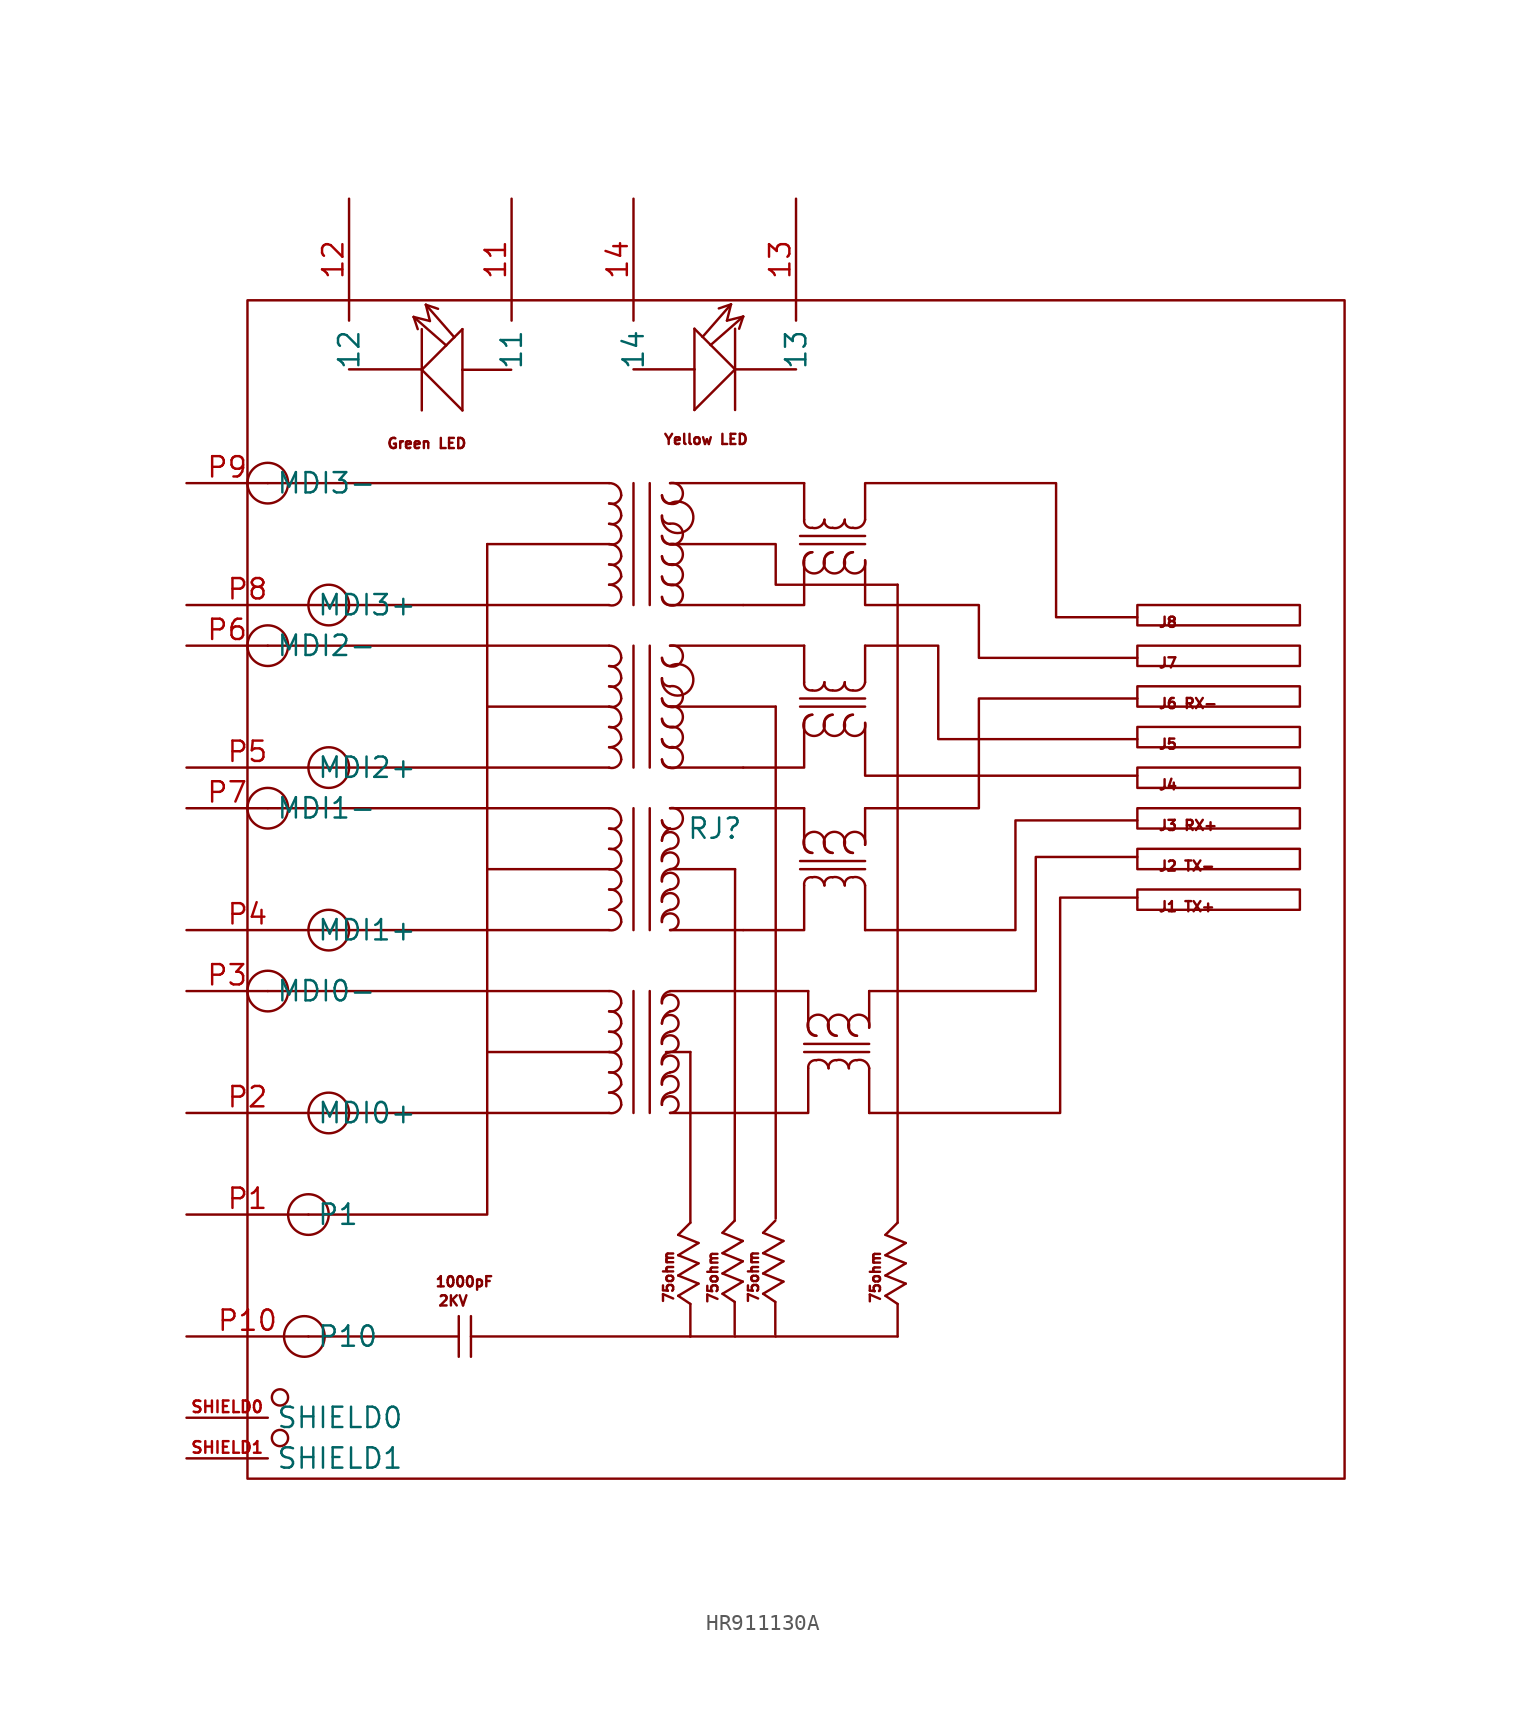
<source format=kicad_sym>
(kicad_symbol_lib
  (version 20231120)
  (generator "kicad_symbol_editor")
  (generator_version "8.0")
  (symbol "HR911130A"
    (property "Reference" "RJ"
      (at 0 0 0)
      (effects (font (size 1.27 1.27))))
    (property "Value" ""
      (at 0 0 0)
      (effects (font (size 1.27 1.27))))
    (symbol "HR911130A_1_0"
      (rectangle (start -29.21 -40.64) (end 39.37 33.02) (stroke (width 0) (type default)) (fill (type none)))
      (circle (center -27.94 -10.16) (radius 1.27) (stroke (width 0) (type default)) (fill (type none)))
      (circle (center -27.94 1.27) (radius 1.27) (stroke (width 0) (type default)) (fill (type none)))
      (circle (center -27.94 11.43) (radius 1.27) (stroke (width 0) (type default)) (fill (type none)))
      (circle (center -27.94 21.59) (radius 1.27) (stroke (width 0) (type default)) (fill (type none)))
      (circle (center -27.178 -38.1) (radius 0.508) (stroke (width 0) (type default)) (fill (type none)))
      (circle (center -27.178 -35.56) (radius 0.508) (stroke (width 0) (type default)) (fill (type none)))
      (circle (center -25.654 -31.75) (radius 1.27) (stroke (width 0) (type default)) (fill (type none)))
      (circle (center -25.4 -24.13) (radius 1.27) (stroke (width 0) (type default)) (fill (type none)))
      (circle (center -24.13 -17.78) (radius 1.27) (stroke (width 0) (type default)) (fill (type none)))
      (circle (center -24.13 -6.35) (radius 1.27) (stroke (width 0) (type default)) (fill (type none)))
      (circle (center -24.13 3.81) (radius 1.27) (stroke (width 0) (type default)) (fill (type none)))
      (circle (center -24.13 13.97) (radius 1.27) (stroke (width 0) (type default)) (fill (type none)))
      (arc (start -6.604 -17.78) (mid -6.1133 -17.6905) (end -5.842 -17.272) (stroke (width 0) (type default)) (fill (type none)))
      (arc (start -6.604 -16.51) (mid -6.1526 -16.3616) (end -5.842 -16.002) (stroke (width 0) (type default)) (fill (type none)))
      (arc (start -6.604 -15.24) (mid -6.1133 -15.1505) (end -5.842 -14.732) (stroke (width 0) (type default)) (fill (type none)))
      (arc (start -6.604 -13.97) (mid -6.1133 -13.8805) (end -5.842 -13.462) (stroke (width 0) (type default)) (fill (type none)))
      (arc (start -6.604 -12.7) (mid -6.1133 -12.6105) (end -5.842 -12.192) (stroke (width 0) (type default)) (fill (type none)))
      (arc (start -6.604 -11.43) (mid -6.1133 -11.3405) (end -5.842 -10.922) (stroke (width 0) (type default)) (fill (type none)))
      (arc (start -6.604 -6.35) (mid -6.1133 -6.2605) (end -5.842 -5.842) (stroke (width 0) (type default)) (fill (type none)))
      (arc (start -6.604 -5.08) (mid -6.1526 -4.9316) (end -5.842 -4.572) (stroke (width 0) (type default)) (fill (type none)))
      (arc (start -6.604 -3.81) (mid -6.1133 -3.7205) (end -5.842 -3.302) (stroke (width 0) (type default)) (fill (type none)))
      (arc (start -6.604 -2.54) (mid -6.1133 -2.4505) (end -5.842 -2.032) (stroke (width 0) (type default)) (fill (type none)))
      (arc (start -6.604 -1.27) (mid -6.1133 -1.1805) (end -5.842 -0.762) (stroke (width 0) (type default)) (fill (type none)))
      (arc (start -6.604 0) (mid -6.1018 0.0722) (end -5.842 0.508) (stroke (width 0) (type default)) (fill (type none)))
      (arc (start -6.604 3.81) (mid -6.1018 3.8822) (end -5.842 4.318) (stroke (width 0) (type default)) (fill (type none)))
      (arc (start -6.604 5.08) (mid -6.1409 5.2109) (end -5.842 5.588) (stroke (width 0) (type default)) (fill (type none)))
      (arc (start -6.604 6.35) (mid -6.1018 6.4222) (end -5.842 6.858) (stroke (width 0) (type default)) (fill (type none)))
      (arc (start -6.604 7.62) (mid -6.1018 7.6922) (end -5.842 8.128) (stroke (width 0) (type default)) (fill (type none)))
      (arc (start -6.604 8.89) (mid -6.1018 8.9622) (end -5.842 9.398) (stroke (width 0) (type default)) (fill (type none)))
      (arc (start -6.604 10.16) (mid -6.1018 10.2322) (end -5.842 10.668) (stroke (width 0) (type default)) (fill (type none)))
      (arc (start -6.604 13.97) (mid -6.1018 14.0422) (end -5.842 14.478) (stroke (width 0) (type default)) (fill (type none)))
      (arc (start -6.604 15.24) (mid -6.1409 15.3709) (end -5.842 15.748) (stroke (width 0) (type default)) (fill (type none)))
      (arc (start -6.604 16.51) (mid -6.1018 16.5822) (end -5.842 17.018) (stroke (width 0) (type default)) (fill (type none)))
      (arc (start -6.604 17.78) (mid -6.1018 17.8522) (end -5.842 18.288) (stroke (width 0) (type default)) (fill (type none)))
      (arc (start -6.604 19.05) (mid -6.1018 19.1222) (end -5.842 19.558) (stroke (width 0) (type default)) (fill (type none)))
      (arc (start -6.604 20.32) (mid -6.1018 20.3922) (end -5.842 20.828) (stroke (width 0) (type default)) (fill (type none)))
      (arc (start -5.842 -17.272) (mid -6.0452 -16.7132) (end -6.604 -16.51) (stroke (width 0) (type default)) (fill (type none)))
      (arc (start -5.842 -16.002) (mid -6.0452 -15.4432) (end -6.604 -15.24) (stroke (width 0) (type default)) (fill (type none)))
      (arc (start -5.842 -14.732) (mid -6.0452 -14.1732) (end -6.604 -13.97) (stroke (width 0) (type default)) (fill (type none)))
      (arc (start -5.842 -13.462) (mid -6.0452 -12.9032) (end -6.604 -12.7) (stroke (width 0) (type default)) (fill (type none)))
      (arc (start -5.842 -12.192) (mid -6.0452 -11.6332) (end -6.604 -11.43) (stroke (width 0) (type default)) (fill (type none)))
      (arc (start -5.842 -10.922) (mid -6.0452 -10.3632) (end -6.604 -10.16) (stroke (width 0) (type default)) (fill (type none)))
      (arc (start -5.842 -5.842) (mid -6.0452 -5.2832) (end -6.604 -5.08) (stroke (width 0) (type default)) (fill (type none)))
      (arc (start -5.842 -4.572) (mid -6.0452 -4.0132) (end -6.604 -3.81) (stroke (width 0) (type default)) (fill (type none)))
      (arc (start -5.842 -3.302) (mid -6.0452 -2.7432) (end -6.604 -2.54) (stroke (width 0) (type default)) (fill (type none)))
      (arc (start -5.842 -2.032) (mid -6.0452 -1.4732) (end -6.604 -1.27) (stroke (width 0) (type default)) (fill (type none)))
      (arc (start -5.842 -0.762) (mid -6.0452 -0.2032) (end -6.604 0) (stroke (width 0) (type default)) (fill (type none)))
      (arc (start -5.842 0.508) (mid -6.0578 1.0542) (end -6.604 1.27) (stroke (width 0) (type default)) (fill (type none)))
      (arc (start -5.842 4.318) (mid -6.0578 4.8642) (end -6.604 5.08) (stroke (width 0) (type default)) (fill (type none)))
      (arc (start -5.842 5.588) (mid -6.0578 6.1342) (end -6.604 6.35) (stroke (width 0) (type default)) (fill (type none)))
      (arc (start -5.842 6.858) (mid -6.0578 7.4042) (end -6.604 7.62) (stroke (width 0) (type default)) (fill (type none)))
      (arc (start -5.842 8.128) (mid -6.0578 8.6742) (end -6.604 8.89) (stroke (width 0) (type default)) (fill (type none)))
      (arc (start -5.842 9.398) (mid -6.0578 9.9442) (end -6.604 10.16) (stroke (width 0) (type default)) (fill (type none)))
      (arc (start -5.842 10.668) (mid -6.0578 11.2142) (end -6.604 11.43) (stroke (width 0) (type default)) (fill (type none)))
      (arc (start -5.842 14.478) (mid -6.0578 15.0242) (end -6.604 15.24) (stroke (width 0) (type default)) (fill (type none)))
      (arc (start -5.842 15.748) (mid -6.0578 16.2942) (end -6.604 16.51) (stroke (width 0) (type default)) (fill (type none)))
      (arc (start -5.842 17.018) (mid -6.0578 17.5642) (end -6.604 17.78) (stroke (width 0) (type default)) (fill (type none)))
      (arc (start -5.842 18.288) (mid -6.0578 18.8342) (end -6.604 19.05) (stroke (width 0) (type default)) (fill (type none)))
      (arc (start -5.842 19.558) (mid -6.0578 20.1042) (end -6.604 20.32) (stroke (width 0) (type default)) (fill (type none)))
      (arc (start -5.842 20.828) (mid -6.0578 21.3742) (end -6.604 21.59) (stroke (width 0) (type default)) (fill (type none)))
      (arc (start -3.302 0.508) (mid -3.1626 0.1394) (end -2.794 0) (stroke (width 0) (type default)) (fill (type none)))
      (arc (start -3.302 0.508) (mid -2.0954 0.254) (end -2.794 1.27) (stroke (width 0) (type default)) (fill (type none)))
      (arc (start -3.302 4.318) (mid -3.1626 3.9494) (end -2.794 3.81) (stroke (width 0) (type default)) (fill (type none)))
      (arc (start -3.302 4.318) (mid -2.0954 4.064) (end -2.794 5.08) (stroke (width 0) (type default)) (fill (type none)))
      (arc (start -3.302 5.588) (mid -3.1626 5.2194) (end -2.794 5.08) (stroke (width 0) (type default)) (fill (type none)))
      (arc (start -3.302 5.588) (mid -2.0954 5.334) (end -2.794 6.35) (stroke (width 0) (type default)) (fill (type none)))
      (arc (start -3.302 6.858) (mid -3.1626 6.4894) (end -2.794 6.35) (stroke (width 0) (type default)) (fill (type none)))
      (arc (start -3.302 6.858) (mid -2.0954 6.604) (end -2.794 7.62) (stroke (width 0) (type default)) (fill (type none)))
      (arc (start -3.302 8.128) (mid -3.1626 7.7594) (end -2.794 7.62) (stroke (width 0) (type default)) (fill (type none)))
      (arc (start -3.302 8.128) (mid -2.0954 7.874) (end -2.794 8.89) (stroke (width 0) (type default)) (fill (type none)))
      (arc (start -3.302 9.398) (mid -3.1626 9.0294) (end -2.794 8.89) (stroke (width 0) (type default)) (fill (type none)))
      (arc (start -3.302 9.398) (mid -1.5015 8.748) (end -2.794 10.16) (stroke (width 0) (type default)) (fill (type none)))
      (arc (start -3.302 10.668) (mid -3.1626 10.2994) (end -2.794 10.16) (stroke (width 0) (type default)) (fill (type none)))
      (arc (start -3.302 10.668) (mid -2.0954 10.414) (end -2.794 11.43) (stroke (width 0) (type default)) (fill (type none)))
      (arc (start -3.302 14.478) (mid -3.1626 14.1094) (end -2.794 13.97) (stroke (width 0) (type default)) (fill (type none)))
      (arc (start -3.302 14.478) (mid -2.0954 14.224) (end -2.794 15.24) (stroke (width 0) (type default)) (fill (type none)))
      (arc (start -3.302 15.748) (mid -3.1626 15.3794) (end -2.794 15.24) (stroke (width 0) (type default)) (fill (type none)))
      (arc (start -3.302 15.748) (mid -2.0954 15.494) (end -2.794 16.51) (stroke (width 0) (type default)) (fill (type none)))
      (arc (start -3.302 17.018) (mid -3.1626 16.6494) (end -2.794 16.51) (stroke (width 0) (type default)) (fill (type none)))
      (arc (start -3.302 17.018) (mid -2.0954 16.764) (end -2.794 17.78) (stroke (width 0) (type default)) (fill (type none)))
      (arc (start -3.302 18.288) (mid -3.1626 17.9194) (end -2.794 17.78) (stroke (width 0) (type default)) (fill (type none)))
      (arc (start -3.302 18.288) (mid -2.0954 18.034) (end -2.794 19.05) (stroke (width 0) (type default)) (fill (type none)))
      (arc (start -3.302 19.558) (mid -3.1626 19.1894) (end -2.794 19.05) (stroke (width 0) (type default)) (fill (type none)))
      (arc (start -3.302 19.558) (mid -1.5015 18.908) (end -2.794 20.32) (stroke (width 0) (type default)) (fill (type none)))
      (arc (start -3.302 20.828) (mid -3.1626 20.4594) (end -2.794 20.32) (stroke (width 0) (type default)) (fill (type none)))
      (arc (start -3.302 20.828) (mid -2.0954 20.574) (end -2.794 21.59) (stroke (width 0) (type default)) (fill (type none)))
      (arc (start -2.794 -17.78) (mid -2.4129 -16.891) (end -3.302 -17.272) (stroke (width 0) (type default)) (fill (type none)))
      (arc (start -2.794 -16.51) (mid -3.2123 -16.7814) (end -3.302 -17.272) (stroke (width 0) (type default)) (fill (type none)))
      (arc (start -2.794 -16.51) (mid -2.4129 -15.621) (end -3.302 -16.002) (stroke (width 0) (type default)) (fill (type none)))
      (arc (start -2.794 -15.24) (mid -3.2123 -15.5114) (end -3.302 -16.002) (stroke (width 0) (type default)) (fill (type none)))
      (arc (start -2.794 -15.24) (mid -2.4129 -14.351) (end -3.302 -14.732) (stroke (width 0) (type default)) (fill (type none)))
      (arc (start -2.794 -13.97) (mid -3.2123 -14.2414) (end -3.302 -14.732) (stroke (width 0) (type default)) (fill (type none)))
      (arc (start -2.794 -13.97) (mid -2.4129 -13.081) (end -3.302 -13.462) (stroke (width 0) (type default)) (fill (type none)))
      (arc (start -2.794 -12.7) (mid -3.2123 -12.9714) (end -3.302 -13.462) (stroke (width 0) (type default)) (fill (type none)))
      (arc (start -2.794 -12.7) (mid -2.4129 -11.811) (end -3.302 -12.192) (stroke (width 0) (type default)) (fill (type none)))
      (arc (start -2.794 -11.43) (mid -3.1535 -11.7406) (end -3.302 -12.192) (stroke (width 0) (type default)) (fill (type none)))
      (arc (start -2.794 -11.43) (mid -2.4129 -10.541) (end -3.302 -10.922) (stroke (width 0) (type default)) (fill (type none)))
      (arc (start -2.794 -10.16) (mid -3.2123 -10.4314) (end -3.302 -10.922) (stroke (width 0) (type default)) (fill (type none)))
      (arc (start -2.794 -6.35) (mid -2.4129 -5.461) (end -3.302 -5.842) (stroke (width 0) (type default)) (fill (type none)))
      (arc (start -2.794 -5.08) (mid -3.2123 -5.3514) (end -3.302 -5.842) (stroke (width 0) (type default)) (fill (type none)))
      (arc (start -2.794 -5.08) (mid -2.4129 -4.191) (end -3.302 -4.572) (stroke (width 0) (type default)) (fill (type none)))
      (arc (start -2.794 -3.81) (mid -3.2123 -4.0814) (end -3.302 -4.572) (stroke (width 0) (type default)) (fill (type none)))
      (arc (start -2.794 -3.81) (mid -2.4129 -2.921) (end -3.302 -3.302) (stroke (width 0) (type default)) (fill (type none)))
      (arc (start -2.794 -2.54) (mid -3.2123 -2.8114) (end -3.302 -3.302) (stroke (width 0) (type default)) (fill (type none)))
      (arc (start -2.794 -2.54) (mid -2.4129 -1.651) (end -3.302 -2.032) (stroke (width 0) (type default)) (fill (type none)))
      (arc (start -2.794 -1.27) (mid -3.2123 -1.5414) (end -3.302 -2.032) (stroke (width 0) (type default)) (fill (type none)))
      (arc (start -2.794 -1.27) (mid -2.4128 -0.3808) (end -3.302 -0.762) (stroke (width 0) (type default)) (fill (type none)))
      (arc (start -2.794 0) (mid -3.1535 -0.3106) (end -3.302 -0.762) (stroke (width 0) (type default)) (fill (type none)))
      (polyline (pts (xy -18.821 31.979) (xy -18.567 31.217)) (stroke (width 0) (type default)) (fill (type none)))
      (polyline (pts (xy -18.821 31.979) (xy -17.805 31.725)) (stroke (width 0) (type default)) (fill (type none)))
      (polyline (pts (xy -18.313 28.677) (xy -18.313 26.137)) (stroke (width 0) (type default)) (fill (type none)))
      (polyline (pts (xy -18.313 28.677) (xy -16.789 30.201)) (stroke (width 0) (type default)) (fill (type none)))
      (polyline (pts (xy -18.313 31.217) (xy -18.313 28.677)) (stroke (width 0) (type default)) (fill (type none)))
      (polyline (pts (xy -18.288 28.702) (xy -22.86 28.702)) (stroke (width 0) (type default)) (fill (type none)))
      (polyline (pts (xy -18.059 32.741) (xy -17.805 31.725)) (stroke (width 0) (type default)) (fill (type none)))
      (polyline (pts (xy -18.059 32.741) (xy -17.297 32.487)) (stroke (width 0) (type default)) (fill (type none)))
      (polyline (pts (xy -16.789 30.201) (xy -18.821 31.979)) (stroke (width 0) (type default)) (fill (type none)))
      (polyline (pts (xy -16.789 30.201) (xy -16.281 30.709)) (stroke (width 0) (type default)) (fill (type none)))
      (polyline (pts (xy -16.281 30.709) (xy -18.059 32.741)) (stroke (width 0) (type default)) (fill (type none)))
      (polyline (pts (xy -16.281 30.709) (xy -15.773 31.217)) (stroke (width 0) (type default)) (fill (type none)))
      (polyline (pts (xy -16.002 -31.75) (xy -25.4 -31.75)) (stroke (width 0) (type default)) (fill (type none)))
      (polyline (pts (xy -16.002 -30.48) (xy -16.002 -33.02)) (stroke (width 0) (type default)) (fill (type none)))
      (polyline (pts (xy -15.773 26.137) (xy -18.313 28.677)) (stroke (width 0) (type default)) (fill (type none)))
      (polyline (pts (xy -15.773 28.677) (xy -15.773 26.137)) (stroke (width 0) (type default)) (fill (type none)))
      (polyline (pts (xy -15.773 28.677) (xy -12.725 28.677)) (stroke (width 0) (type default)) (fill (type none)))
      (polyline (pts (xy -15.773 31.217) (xy -15.773 28.677)) (stroke (width 0) (type default)) (fill (type none)))
      (polyline (pts (xy -15.24 -30.48) (xy -15.24 -33.02)) (stroke (width 0) (type default)) (fill (type none)))
      (polyline (pts (xy -6.604 -17.78) (xy -25.4 -17.78)) (stroke (width 0) (type default)) (fill (type none)))
      (polyline (pts (xy -6.604 -13.97) (xy -14.224 -13.97)) (stroke (width 0) (type default)) (fill (type none)))
      (polyline (pts (xy -6.604 -10.16) (xy -27.94 -10.16)) (stroke (width 0) (type default)) (fill (type none)))
      (polyline (pts (xy -6.604 -6.35) (xy -25.4 -6.35)) (stroke (width 0) (type default)) (fill (type none)))
      (polyline (pts (xy -6.604 -2.54) (xy -14.224 -2.54)) (stroke (width 0) (type default)) (fill (type none)))
      (polyline (pts (xy -6.604 1.27) (xy -27.94 1.27)) (stroke (width 0) (type default)) (fill (type none)))
      (polyline (pts (xy -6.604 3.81) (xy -25.4 3.81)) (stroke (width 0) (type default)) (fill (type none)))
      (polyline (pts (xy -6.604 7.62) (xy -14.224 7.62)) (stroke (width 0) (type default)) (fill (type none)))
      (polyline (pts (xy -6.604 11.43) (xy -27.94 11.43)) (stroke (width 0) (type default)) (fill (type none)))
      (polyline (pts (xy -6.604 13.97) (xy -25.4 13.97)) (stroke (width 0) (type default)) (fill (type none)))
      (polyline (pts (xy -6.604 17.78) (xy -14.224 17.78)) (stroke (width 0) (type default)) (fill (type none)))
      (polyline (pts (xy -6.604 21.59) (xy -27.94 21.59)) (stroke (width 0) (type default)) (fill (type none)))
      (polyline (pts (xy -5.08 -10.16) (xy -5.08 -17.78)) (stroke (width 0) (type default)) (fill (type none)))
      (polyline (pts (xy -5.08 1.27) (xy -5.08 -6.35)) (stroke (width 0) (type default)) (fill (type none)))
      (polyline (pts (xy -5.08 11.43) (xy -5.08 3.81)) (stroke (width 0) (type default)) (fill (type none)))
      (polyline (pts (xy -5.08 21.59) (xy -5.08 13.97)) (stroke (width 0) (type default)) (fill (type none)))
      (polyline (pts (xy -4.064 -10.16) (xy -4.064 -17.78)) (stroke (width 0) (type default)) (fill (type none)))
      (polyline (pts (xy -4.064 1.27) (xy -4.064 -6.35)) (stroke (width 0) (type default)) (fill (type none)))
      (polyline (pts (xy -4.064 11.43) (xy -4.064 3.81)) (stroke (width 0) (type default)) (fill (type none)))
      (polyline (pts (xy -4.064 21.59) (xy -4.064 13.97)) (stroke (width 0) (type default)) (fill (type none)))
      (polyline (pts (xy -3.048 -13.97) (xy -1.524 -13.97)) (stroke (width 0) (type default)) (fill (type none)))
      (polyline (pts (xy -2.794 -6.35) (xy 1.778 -6.35)) (stroke (width 0) (type default)) (fill (type none)))
      (polyline (pts (xy -2.794 -2.54) (xy 1.27 -2.54)) (stroke (width 0) (type default)) (fill (type none)))
      (polyline (pts (xy -2.794 3.81) (xy 1.778 3.81)) (stroke (width 0) (type default)) (fill (type none)))
      (polyline (pts (xy -2.794 7.62) (xy 3.81 7.62)) (stroke (width 0) (type default)) (fill (type none)))
      (polyline (pts (xy -2.794 13.97) (xy 1.778 13.97)) (stroke (width 0) (type default)) (fill (type none)))
      (polyline (pts (xy -2.286 -29.21) (xy -1.524 -29.718)) (stroke (width 0) (type default)) (fill (type none)))
      (polyline (pts (xy -2.286 -27.94) (xy -1.016 -28.448)) (stroke (width 0) (type default)) (fill (type none)))
      (polyline (pts (xy -2.286 -26.67) (xy -1.016 -27.178)) (stroke (width 0) (type default)) (fill (type none)))
      (polyline (pts (xy -2.286 -25.4) (xy -1.016 -25.908)) (stroke (width 0) (type default)) (fill (type none)))
      (polyline (pts (xy -1.524 -31.75) (xy -15.24 -31.75)) (stroke (width 0) (type default)) (fill (type none)))
      (polyline (pts (xy -1.524 -29.718) (xy -1.524 -31.75)) (stroke (width 0) (type default)) (fill (type none)))
      (polyline (pts (xy -1.524 -24.638) (xy -2.286 -25.4)) (stroke (width 0) (type default)) (fill (type none)))
      (polyline (pts (xy -1.524 -13.97) (xy -1.524 -24.638)) (stroke (width 0) (type default)) (fill (type none)))
      (polyline (pts (xy -1.27 26.162) (xy 1.27 28.702)) (stroke (width 0) (type default)) (fill (type none)))
      (polyline (pts (xy -1.27 28.702) (xy -5.08 28.702)) (stroke (width 0) (type default)) (fill (type none)))
      (polyline (pts (xy -1.27 28.702) (xy -1.27 26.162)) (stroke (width 0) (type default)) (fill (type none)))
      (polyline (pts (xy -1.27 31.242) (xy -1.27 28.702)) (stroke (width 0) (type default)) (fill (type none)))
      (polyline (pts (xy -1.016 -28.448) (xy -2.286 -29.21)) (stroke (width 0) (type default)) (fill (type none)))
      (polyline (pts (xy -1.016 -27.178) (xy -2.286 -27.94)) (stroke (width 0) (type default)) (fill (type none)))
      (polyline (pts (xy -1.016 -25.908) (xy -2.286 -26.67)) (stroke (width 0) (type default)) (fill (type none)))
      (polyline (pts (xy -0.762 30.734) (xy -1.27 31.242)) (stroke (width 0) (type default)) (fill (type none)))
      (polyline (pts (xy -0.762 30.734) (xy 1.016 32.766)) (stroke (width 0) (type default)) (fill (type none)))
      (polyline (pts (xy -0.254 30.226) (xy -0.762 30.734)) (stroke (width 0) (type default)) (fill (type none)))
      (polyline (pts (xy -0.254 30.226) (xy 1.778 32.004)) (stroke (width 0) (type default)) (fill (type none)))
      (polyline (pts (xy 0.483 -29.083) (xy 1.245 -29.591)) (stroke (width 0) (type default)) (fill (type none)))
      (polyline (pts (xy 0.483 -27.813) (xy 1.753 -28.321)) (stroke (width 0) (type default)) (fill (type none)))
      (polyline (pts (xy 0.483 -26.543) (xy 1.753 -27.051)) (stroke (width 0) (type default)) (fill (type none)))
      (polyline (pts (xy 0.483 -25.273) (xy 1.753 -25.781)) (stroke (width 0) (type default)) (fill (type none)))
      (polyline (pts (xy 1.016 32.766) (xy 0.254 32.512)) (stroke (width 0) (type default)) (fill (type none)))
      (polyline (pts (xy 1.016 32.766) (xy 0.762 31.75)) (stroke (width 0) (type default)) (fill (type none)))
      (polyline (pts (xy 1.245 -29.591) (xy 1.245 -31.623)) (stroke (width 0) (type default)) (fill (type none)))
      (polyline (pts (xy 1.245 -24.511) (xy 0.483 -25.273)) (stroke (width 0) (type default)) (fill (type none)))
      (polyline (pts (xy 1.27 -31.75) (xy -1.524 -31.75)) (stroke (width 0) (type default)) (fill (type none)))
      (polyline (pts (xy 1.27 -2.54) (xy 1.245 -24.511)) (stroke (width 0) (type default)) (fill (type none)))
      (polyline (pts (xy 1.27 28.702) (xy -0.254 30.226)) (stroke (width 0) (type default)) (fill (type none)))
      (polyline (pts (xy 1.27 28.702) (xy 1.27 26.162)) (stroke (width 0) (type default)) (fill (type none)))
      (polyline (pts (xy 1.27 28.702) (xy 5.08 28.702)) (stroke (width 0) (type default)) (fill (type none)))
      (polyline (pts (xy 1.27 31.242) (xy 1.27 28.702)) (stroke (width 0) (type default)) (fill (type none)))
      (polyline (pts (xy 1.753 -28.321) (xy 0.483 -29.083)) (stroke (width 0) (type default)) (fill (type none)))
      (polyline (pts (xy 1.753 -27.051) (xy 0.483 -27.813)) (stroke (width 0) (type default)) (fill (type none)))
      (polyline (pts (xy 1.753 -25.781) (xy 0.483 -26.543)) (stroke (width 0) (type default)) (fill (type none)))
      (polyline (pts (xy 1.778 32.004) (xy 0.762 31.75)) (stroke (width 0) (type default)) (fill (type none)))
      (polyline (pts (xy 1.778 32.004) (xy 1.524 31.242)) (stroke (width 0) (type default)) (fill (type none)))
      (polyline (pts (xy 3.023 -29.083) (xy 3.785 -29.591)) (stroke (width 0) (type default)) (fill (type none)))
      (polyline (pts (xy 3.023 -27.813) (xy 4.293 -28.321)) (stroke (width 0) (type default)) (fill (type none)))
      (polyline (pts (xy 3.023 -26.543) (xy 4.293 -27.051)) (stroke (width 0) (type default)) (fill (type none)))
      (polyline (pts (xy 3.023 -25.273) (xy 4.293 -25.781)) (stroke (width 0) (type default)) (fill (type none)))
      (polyline (pts (xy 3.785 -29.591) (xy 3.785 -31.623)) (stroke (width 0) (type default)) (fill (type none)))
      (polyline (pts (xy 3.785 -24.511) (xy 3.023 -25.273)) (stroke (width 0) (type default)) (fill (type none)))
      (polyline (pts (xy 3.81 -31.75) (xy 1.27 -31.75)) (stroke (width 0) (type default)) (fill (type none)))
      (polyline (pts (xy 3.81 7.62) (xy 3.81 -24.384)) (stroke (width 0) (type default)) (fill (type none)))
      (polyline (pts (xy 4.293 -28.321) (xy 3.023 -29.083)) (stroke (width 0) (type default)) (fill (type none)))
      (polyline (pts (xy 4.293 -27.051) (xy 3.023 -27.813)) (stroke (width 0) (type default)) (fill (type none)))
      (polyline (pts (xy 4.293 -25.781) (xy 3.023 -26.543)) (stroke (width 0) (type default)) (fill (type none)))
      (polyline (pts (xy 5.334 -2.54) (xy 9.398 -2.54)) (stroke (width 0) (type default)) (fill (type none)))
      (polyline (pts (xy 5.334 -2.032) (xy 9.398 -2.032)) (stroke (width 0) (type default)) (fill (type none)))
      (polyline (pts (xy 5.334 7.62) (xy 9.398 7.62)) (stroke (width 0) (type default)) (fill (type none)))
      (polyline (pts (xy 5.334 8.128) (xy 9.398 8.128)) (stroke (width 0) (type default)) (fill (type none)))
      (polyline (pts (xy 5.334 17.78) (xy 9.398 17.78)) (stroke (width 0) (type default)) (fill (type none)))
      (polyline (pts (xy 5.334 18.288) (xy 9.398 18.288)) (stroke (width 0) (type default)) (fill (type none)))
      (polyline (pts (xy 5.588 -13.97) (xy 9.652 -13.97)) (stroke (width 0) (type default)) (fill (type none)))
      (polyline (pts (xy 5.588 -13.462) (xy 9.652 -13.462)) (stroke (width 0) (type default)) (fill (type none)))
      (polyline (pts (xy 5.588 -1.016) (xy 5.588 1.27)) (stroke (width 0) (type default)) (fill (type none)))
      (polyline (pts (xy 5.588 1.27) (xy -2.794 1.27)) (stroke (width 0) (type default)) (fill (type none)))
      (polyline (pts (xy 5.588 9.144) (xy 5.588 11.43)) (stroke (width 0) (type default)) (fill (type none)))
      (polyline (pts (xy 5.588 11.43) (xy -2.794 11.43)) (stroke (width 0) (type default)) (fill (type none)))
      (polyline (pts (xy 5.588 19.304) (xy 5.588 21.59)) (stroke (width 0) (type default)) (fill (type none)))
      (polyline (pts (xy 5.588 21.59) (xy -2.794 21.59)) (stroke (width 0) (type default)) (fill (type none)))
      (polyline (pts (xy 5.842 -12.446) (xy 5.842 -10.16)) (stroke (width 0) (type default)) (fill (type none)))
      (polyline (pts (xy 5.842 -10.16) (xy -2.794 -10.16)) (stroke (width 0) (type default)) (fill (type none)))
      (polyline (pts (xy 9.398 -3.556) (xy 9.398 -6.35)) (stroke (width 0) (type default)) (fill (type none)))
      (polyline (pts (xy 9.398 1.27) (xy 9.398 -1.016)) (stroke (width 0) (type default)) (fill (type none)))
      (polyline (pts (xy 9.398 11.43) (xy 9.398 9.144)) (stroke (width 0) (type default)) (fill (type none)))
      (polyline (pts (xy 9.652 -14.986) (xy 9.652 -17.78)) (stroke (width 0) (type default)) (fill (type none)))
      (polyline (pts (xy 9.652 -10.16) (xy 9.652 -12.446)) (stroke (width 0) (type default)) (fill (type none)))
      (polyline (pts (xy 10.668 -29.21) (xy 11.43 -29.718)) (stroke (width 0) (type default)) (fill (type none)))
      (polyline (pts (xy 10.668 -27.94) (xy 11.938 -28.448)) (stroke (width 0) (type default)) (fill (type none)))
      (polyline (pts (xy 10.668 -26.67) (xy 11.938 -27.178)) (stroke (width 0) (type default)) (fill (type none)))
      (polyline (pts (xy 10.668 -25.4) (xy 11.938 -25.908)) (stroke (width 0) (type default)) (fill (type none)))
      (polyline (pts (xy 11.43 -31.75) (xy 3.81 -31.75)) (stroke (width 0) (type default)) (fill (type none)))
      (polyline (pts (xy 11.43 -29.718) (xy 11.43 -31.75)) (stroke (width 0) (type default)) (fill (type none)))
      (polyline (pts (xy 11.43 -24.638) (xy 10.668 -25.4)) (stroke (width 0) (type default)) (fill (type none)))
      (polyline (pts (xy 11.43 15.24) (xy 11.43 -24.638)) (stroke (width 0) (type default)) (fill (type none)))
      (polyline (pts (xy 11.938 -28.448) (xy 10.668 -29.21)) (stroke (width 0) (type default)) (fill (type none)))
      (polyline (pts (xy 11.938 -27.178) (xy 10.668 -27.94)) (stroke (width 0) (type default)) (fill (type none)))
      (polyline (pts (xy 11.938 -25.908) (xy 10.668 -26.67)) (stroke (width 0) (type default)) (fill (type none)))
      (polyline (pts (xy -14.224 17.78) (xy -14.224 -24.13) (xy -25.4 -24.13)) (stroke (width 0) (type default)) (fill (type none)))
      (polyline (pts (xy -2.794 -17.78) (xy 5.842 -17.78) (xy 5.842 -14.986)) (stroke (width 0) (type default)) (fill (type none)))
      (polyline (pts (xy 1.778 -6.35) (xy 5.588 -6.35) (xy 5.588 -3.556)) (stroke (width 0) (type default)) (fill (type none)))
      (polyline (pts (xy 1.778 3.81) (xy 5.588 3.81) (xy 5.588 6.604)) (stroke (width 0) (type default)) (fill (type none)))
      (polyline (pts (xy 1.778 13.97) (xy 5.588 13.97) (xy 5.588 16.764)) (stroke (width 0) (type default)) (fill (type none)))
      (polyline (pts (xy 9.398 6.604) (xy 9.398 3.302) (xy 26.416 3.302)) (stroke (width 0) (type default)) (fill (type none)))
      (polyline (pts (xy -2.794 17.78) (xy 3.81 17.78) (xy 3.81 15.24) (xy 11.43 15.24)) (stroke (width 0) (type default)) (fill (type none)))
      (polyline (pts (xy 9.398 11.43) (xy 13.97 11.43) (xy 13.97 5.588) (xy 26.416 5.588)) (stroke (width 0) (type default)) (fill (type none)))
      (polyline (pts (xy 26.416 -4.318) (xy 21.59 -4.318) (xy 21.59 -17.78) (xy 9.652 -17.78)) (stroke (width 0) (type default)) (fill (type none)))
      (polyline (pts (xy 26.416 -1.778) (xy 20.066 -1.778) (xy 20.066 -10.16) (xy 9.652 -10.16)) (stroke (width 0) (type default)) (fill (type none)))
      (polyline (pts (xy 26.416 0.508) (xy 18.796 0.508) (xy 18.796 -6.35) (xy 9.398 -6.35)) (stroke (width 0) (type default)) (fill (type none)))
      (polyline (pts (xy 26.416 8.128) (xy 16.51 8.128) (xy 16.51 1.27) (xy 9.398 1.27)) (stroke (width 0) (type default)) (fill (type none)))
      (polyline (pts (xy 9.398 16.764) (xy 9.398 13.97) (xy 16.51 13.97) (xy 16.51 10.668) (xy 26.416 10.668)) (stroke (width 0) (type default)) (fill (type none)))
      (polyline (pts (xy 26.416 13.208) (xy 21.336 13.208) (xy 21.336 21.59) (xy 9.398 21.59) (xy 9.398 19.304)) (stroke (width 0) (type default)) (fill (type none)))
      (arc (start 5.588 -1.016) (mid 5.7257 -1.389) (end 6.096 -1.524) (stroke (width 0) (type default)) (fill (type none)))
      (arc (start 5.588 9.144) (mid 5.7148 8.7636) (end 6.096 8.636) (stroke (width 0) (type default)) (fill (type none)))
      (arc (start 5.588 19.304) (mid 5.7148 18.9236) (end 6.096 18.796) (stroke (width 0) (type default)) (fill (type none)))
      (arc (start 5.842 -12.446) (mid 5.9798 -12.8175) (end 6.35 -12.954) (stroke (width 0) (type default)) (fill (type none)))
      (arc (start 6.096 -3.048) (mid 5.714 -3.174) (end 5.588 -3.556) (stroke (width 0) (type default)) (fill (type none)))
      (arc (start 6.096 7.112) (mid 5.7287 6.9713) (end 5.588 6.604) (stroke (width 0) (type default)) (fill (type none)))
      (arc (start 6.096 7.112) (mid 5.8416 5.9057) (end 6.858 6.604) (stroke (width 0) (type default)) (fill (type none)))
      (arc (start 6.096 8.636) (mid 6.5903 8.72) (end 6.858 9.144) (stroke (width 0) (type default)) (fill (type none)))
      (arc (start 6.096 17.272) (mid 5.7287 17.1313) (end 5.588 16.764) (stroke (width 0) (type default)) (fill (type none)))
      (arc (start 6.096 17.272) (mid 5.8416 16.0657) (end 6.858 16.764) (stroke (width 0) (type default)) (fill (type none)))
      (arc (start 6.096 18.796) (mid 6.5903 18.88) (end 6.858 19.304) (stroke (width 0) (type default)) (fill (type none)))
      (arc (start 6.35 -14.478) (mid 5.9728 -14.6064) (end 5.842 -14.986) (stroke (width 0) (type default)) (fill (type none)))
      (arc (start 6.858 -3.556) (mid 6.5903 -3.132) (end 6.096 -3.048) (stroke (width 0) (type default)) (fill (type none)))
      (arc (start 6.858 -1.016) (mid 5.8414 -0.3174) (end 6.096 -1.524) (stroke (width 0) (type default)) (fill (type none)))
      (arc (start 6.858 -1.016) (mid 6.9957 -1.389) (end 7.366 -1.524) (stroke (width 0) (type default)) (fill (type none)))
      (arc (start 6.858 9.144) (mid 6.9848 8.7636) (end 7.366 8.636) (stroke (width 0) (type default)) (fill (type none)))
      (arc (start 6.858 19.304) (mid 6.9848 18.9236) (end 7.366 18.796) (stroke (width 0) (type default)) (fill (type none)))
      (arc (start 7.112 -14.986) (mid 6.8443 -14.562) (end 6.35 -14.478) (stroke (width 0) (type default)) (fill (type none)))
      (arc (start 7.112 -12.446) (mid 6.0954 -11.7474) (end 6.35 -12.954) (stroke (width 0) (type default)) (fill (type none)))
      (arc (start 7.112 -12.446) (mid 7.2498 -12.8175) (end 7.62 -12.954) (stroke (width 0) (type default)) (fill (type none)))
      (arc (start 7.366 -3.048) (mid 6.984 -3.174) (end 6.858 -3.556) (stroke (width 0) (type default)) (fill (type none)))
      (arc (start 7.366 7.112) (mid 6.9987 6.9713) (end 6.858 6.604) (stroke (width 0) (type default)) (fill (type none)))
      (arc (start 7.366 7.112) (mid 7.1116 5.9057) (end 8.128 6.604) (stroke (width 0) (type default)) (fill (type none)))
      (arc (start 7.366 8.636) (mid 7.8605 8.7195) (end 8.128 9.144) (stroke (width 0) (type default)) (fill (type none)))
      (arc (start 7.366 17.272) (mid 6.9987 17.1313) (end 6.858 16.764) (stroke (width 0) (type default)) (fill (type none)))
      (arc (start 7.366 17.272) (mid 7.1116 16.0657) (end 8.128 16.764) (stroke (width 0) (type default)) (fill (type none)))
      (arc (start 7.366 18.796) (mid 7.8605 18.8795) (end 8.128 19.304) (stroke (width 0) (type default)) (fill (type none)))
      (arc (start 7.62 -14.478) (mid 7.2428 -14.6064) (end 7.112 -14.986) (stroke (width 0) (type default)) (fill (type none)))
      (arc (start 8.128 -3.556) (mid 7.8603 -3.132) (end 7.366 -3.048) (stroke (width 0) (type default)) (fill (type none)))
      (arc (start 8.128 -1.016) (mid 7.1114 -0.3174) (end 7.366 -1.524) (stroke (width 0) (type default)) (fill (type none)))
      (arc (start 8.128 -1.016) (mid 8.2657 -1.389) (end 8.636 -1.524) (stroke (width 0) (type default)) (fill (type none)))
      (arc (start 8.128 9.144) (mid 8.2548 8.7636) (end 8.636 8.636) (stroke (width 0) (type default)) (fill (type none)))
      (arc (start 8.128 19.304) (mid 8.2548 18.9236) (end 8.636 18.796) (stroke (width 0) (type default)) (fill (type none)))
      (arc (start 8.382 -14.986) (mid 8.1143 -14.562) (end 7.62 -14.478) (stroke (width 0) (type default)) (fill (type none)))
      (arc (start 8.382 -12.446) (mid 7.3654 -11.7474) (end 7.62 -12.954) (stroke (width 0) (type default)) (fill (type none)))
      (arc (start 8.382 -12.446) (mid 8.5198 -12.8175) (end 8.89 -12.954) (stroke (width 0) (type default)) (fill (type none)))
      (arc (start 8.636 -3.048) (mid 8.254 -3.174) (end 8.128 -3.556) (stroke (width 0) (type default)) (fill (type none)))
      (arc (start 8.636 7.112) (mid 8.2687 6.9713) (end 8.128 6.604) (stroke (width 0) (type default)) (fill (type none)))
      (arc (start 8.636 7.112) (mid 8.382 5.9098) (end 9.398 6.604) (stroke (width 0) (type default)) (fill (type none)))
      (arc (start 8.636 8.636) (mid 9.1305 8.7195) (end 9.398 9.144) (stroke (width 0) (type default)) (fill (type none)))
      (arc (start 8.636 17.272) (mid 8.2687 17.1313) (end 8.128 16.764) (stroke (width 0) (type default)) (fill (type none)))
      (arc (start 8.636 17.272) (mid 8.382 16.0698) (end 9.398 16.764) (stroke (width 0) (type default)) (fill (type none)))
      (arc (start 8.636 18.796) (mid 9.1305 18.8795) (end 9.398 19.304) (stroke (width 0) (type default)) (fill (type none)))
      (arc (start 8.89 -14.478) (mid 8.5128 -14.6064) (end 8.382 -14.986) (stroke (width 0) (type default)) (fill (type none)))
      (arc (start 9.398 -3.556) (mid 9.1303 -3.132) (end 8.636 -3.048) (stroke (width 0) (type default)) (fill (type none)))
      (arc (start 9.398 -1.016) (mid 8.3814 -0.3174) (end 8.636 -1.524) (stroke (width 0) (type default)) (fill (type none)))
      (arc (start 9.652 -14.986) (mid 9.3843 -14.562) (end 8.89 -14.478) (stroke (width 0) (type default)) (fill (type none)))
      (arc (start 9.652 -12.446) (mid 8.6354 -11.7474) (end 8.89 -12.954) (stroke (width 0) (type default)) (fill (type none)))
      (rectangle (start 26.416 -5.08) (end 36.576 -3.81) (stroke (width 0) (type default)) (fill (type none)))
      (rectangle (start 26.416 -2.54) (end 36.576 -1.27) (stroke (width 0) (type default)) (fill (type none)))
      (rectangle (start 26.416 0) (end 36.576 1.27) (stroke (width 0) (type default)) (fill (type none)))
      (rectangle (start 26.416 2.54) (end 36.576 3.81) (stroke (width 0) (type default)) (fill (type none)))
      (rectangle (start 26.416 5.08) (end 36.576 6.35) (stroke (width 0) (type default)) (fill (type none)))
      (rectangle (start 26.416 7.62) (end 36.576 8.89) (stroke (width 0) (type default)) (fill (type none)))
      (rectangle (start 26.416 10.16) (end 36.576 11.43) (stroke (width 0) (type default)) (fill (type none)))
      (rectangle (start 26.416 12.7) (end 36.576 13.97) (stroke (width 0) (type default)) (fill (type none)))
      (text "1000pF" (at -17.526 -28.702 0) (effects (font (size 0.635 0.635)) (justify left bottom)))
      (text "2KV" (at -17.348 -29.896 0) (effects (font (size 0.635 0.635)) (justify left bottom)))
      (text "75ohm" (at -2.515 -29.718 900) (effects (font (size 0.635 0.635)) (justify left bottom)))
      (text "75ohm" (at 0.254 -29.743 900) (effects (font (size 0.635 0.635)) (justify left bottom)))
      (text "75ohm" (at 2.794 -29.718 900) (effects (font (size 0.635 0.635)) (justify left bottom)))
      (text "75ohm" (at 10.414 -29.743 900) (effects (font (size 0.635 0.635)) (justify left bottom)))
      (text "Green LED" (at -20.549 23.698 0) (effects (font (size 0.635 0.635)) (justify left bottom)))
      (text "J1 TX+" (at 27.686 -5.258 0) (effects (font (size 0.635 0.635)) (justify left bottom)))
      (text "J2 TX-" (at 27.686 -2.718 0) (effects (font (size 0.635 0.635)) (justify left bottom)))
      (text "J3 RX+" (at 27.686 -0.178 0) (effects (font (size 0.635 0.635)) (justify left bottom)))
      (text "J4" (at 27.686 2.362 0) (effects (font (size 0.635 0.635)) (justify left bottom)))
      (text "J5" (at 27.686 4.902 0) (effects (font (size 0.635 0.635)) (justify left bottom)))
      (text "J6 RX-" (at 27.686 7.442 0) (effects (font (size 0.635 0.635)) (justify left bottom)))
      (text "J7" (at 27.686 9.982 0) (effects (font (size 0.635 0.635)) (justify left bottom)))
      (text "J8" (at 27.686 12.522 0) (effects (font (size 0.635 0.635)) (justify left bottom)))
      (text "Yellow LED" (at -3.251 23.952 0) (effects (font (size 0.635 0.635)) (justify left bottom)))
      (pin input line (at -12.7 39.37 270) (length 7.62) (name "11" (effects (font (size 1.27 1.27)))) (number "11" (effects (font (size 1.27 1.27)))))
      (pin input line (at -22.86 39.37 270) (length 7.62) (name "12" (effects (font (size 1.27 1.27)))) (number "12" (effects (font (size 1.27 1.27)))))
      (pin input line (at 5.08 39.37 270) (length 7.62) (name "13" (effects (font (size 1.27 1.27)))) (number "13" (effects (font (size 1.27 1.27)))))
      (pin input line (at -5.08 39.37 270) (length 7.62) (name "14" (effects (font (size 1.27 1.27)))) (number "14" (effects (font (size 1.27 1.27)))))
      (pin input line (at -33.02 -24.13 0) (length 7.62) (name "P1" (effects (font (size 1.27 1.27)))) (number "P1" (effects (font (size 1.27 1.27)))))
      (pin input line (at -33.02 -31.75 0) (length 7.62) (name "P10" (effects (font (size 1.27 1.27)))) (number "P10" (effects (font (size 1.27 1.27)))))
      (pin input line (at -33.02 -17.78 0) (length 7.62) (name "MDI0+" (effects (font (size 1.27 1.27)))) (number "P2" (effects (font (size 1.27 1.27)))))
      (pin input line (at -33.02 -10.16 0) (length 5.08) (name "MDI0-" (effects (font (size 1.27 1.27)))) (number "P3" (effects (font (size 1.27 1.27)))))
      (pin input line (at -33.02 -6.35 0) (length 7.62) (name "MDI1+" (effects (font (size 1.27 1.27)))) (number "P4" (effects (font (size 1.27 1.27)))))
      (pin input line (at -33.02 3.81 0) (length 7.62) (name "MDI2+" (effects (font (size 1.27 1.27)))) (number "P5" (effects (font (size 1.27 1.27)))))
      (pin input line (at -33.02 11.43 0) (length 5.08) (name "MDI2-" (effects (font (size 1.27 1.27)))) (number "P6" (effects (font (size 1.27 1.27)))))
      (pin input line (at -33.02 1.27 0) (length 5.08) (name "MDI1-" (effects (font (size 1.27 1.27)))) (number "P7" (effects (font (size 1.27 1.27)))))
      (pin input line (at -33.02 13.97 0) (length 7.62) (name "MDI3+" (effects (font (size 1.27 1.27)))) (number "P8" (effects (font (size 1.27 1.27)))))
      (pin input line (at -33.02 21.59 0) (length 5.08) (name "MDI3-" (effects (font (size 1.27 1.27)))) (number "P9" (effects (font (size 1.27 1.27)))))
      (pin input line (at -33.02 -36.83 0) (length 5.08) (name "SHIELD0" (effects (font (size 1.27 1.27)))) (number "SHIELD0" (effects (font (size 0.726 0.726)))))
      (pin input line (at -33.02 -39.37 0) (length 5.08) (name "SHIELD1" (effects (font (size 1.27 1.27)))) (number "SHIELD1" (effects (font (size 0.726 0.726))))))))
</source>
